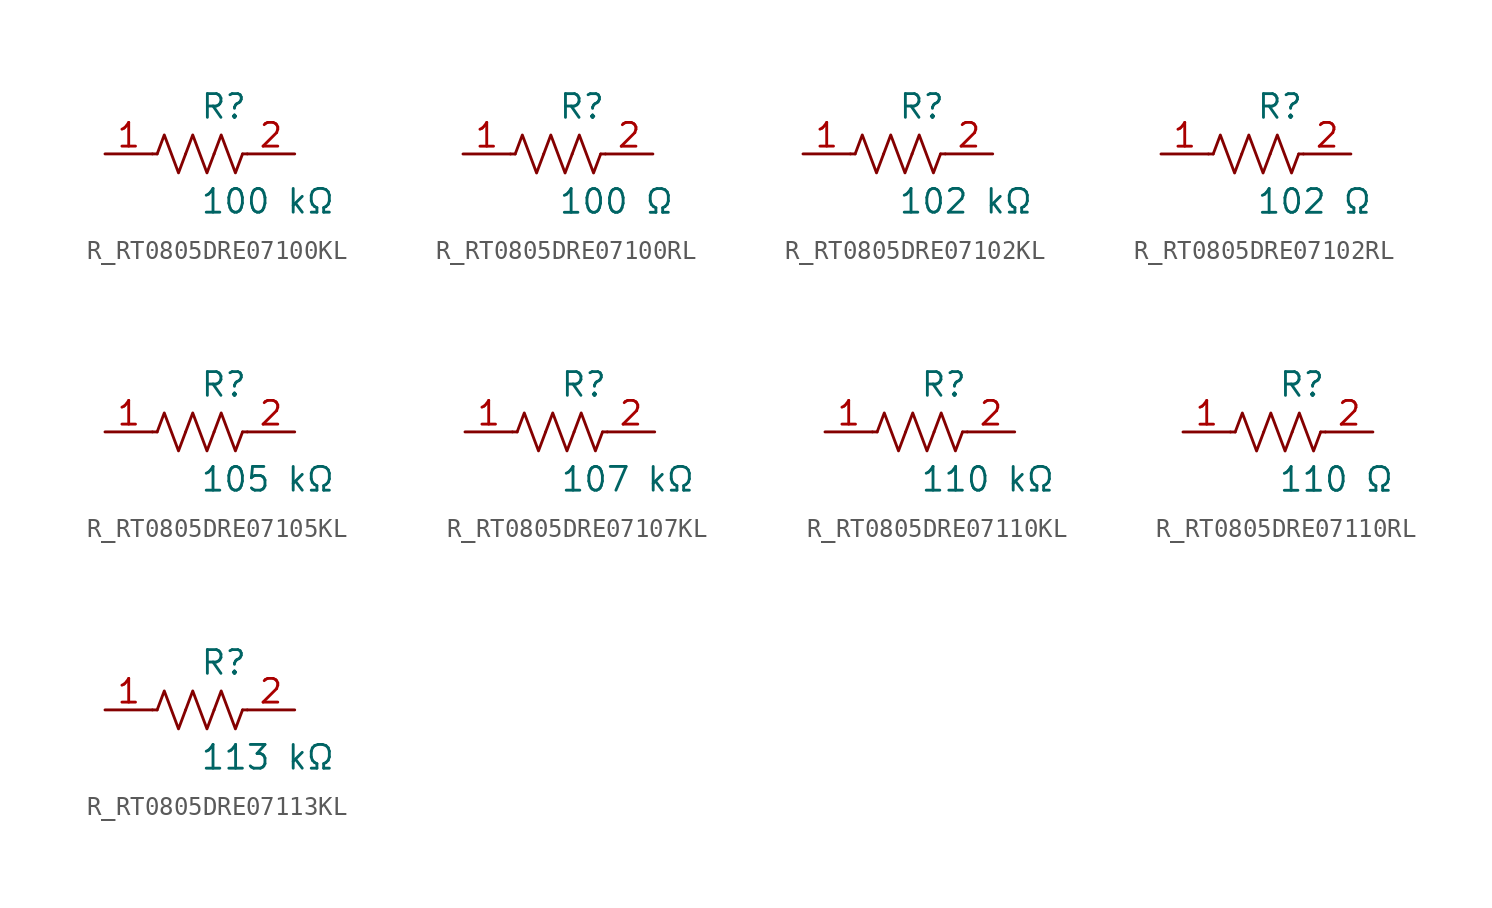
<source format=kicad_sym>
(kicad_symbol_lib
  (version 20231120)
  (generator kicad_symbol_editor)
  (generator_version 8.0)
  (symbol "R_RT0805DRE07100KL"
    (pin_names
      (offset 0.254))
    (property "Reference" "R"
      (at 0 2.54 0)
      (effects (font (size 1.27 1.27)) (justify left)))
    (property "Value" "100 kΩ"
      (at 0 -2.54 0)
      (effects (font (size 1.27 1.27)) (justify left)))
    (symbol "R_RT0805DRE07100KL_0_1"
      (polyline (pts (xy 2.286 0) (xy 2.54 0)) (stroke (width 0) (type default)) (fill (type none)))
      (polyline (pts (xy -2.286 0) (xy -2.54 0)) (stroke (width 0) (type default)) (fill (type none)))
      (polyline (pts (xy 0.762 0) (xy 1.143 1.016) (xy 1.524 0) (xy 1.905 -1.016) (xy 2.286 0)) (stroke (width 0) (type default)) (fill (type none)))
      (polyline (pts (xy -0.762 0) (xy -0.381 1.016) (xy 0 0) (xy 0.381 -1.016) (xy 0.762 0)) (stroke (width 0) (type default)) (fill (type none)))
      (polyline (pts (xy -2.286 0) (xy -1.905 1.016) (xy -1.524 0) (xy -1.143 -1.016) (xy -0.762 0)) (stroke (width 0) (type default)) (fill (type none))))
    (pin passive line
      (at -5.08 0 0)
      (length 2.54)
      (name "" (effects (font (size 1.27 1.27))))
      (number "1" (effects (font (size 1.27 1.27)))))
    (pin passive line
      (at 5.08 0 180)
      (length 2.54)
      (name "" (effects (font (size 1.27 1.27))))
      (number "2" (effects (font (size 1.27 1.27))))))
  (symbol "R_RT0805DRE07100RL"
    (pin_names
      (offset 0.254))
    (property "Reference" "R"
      (at 0 2.54 0)
      (effects (font (size 1.27 1.27)) (justify left)))
    (property "Value" "100 Ω"
      (at 0 -2.54 0)
      (effects (font (size 1.27 1.27)) (justify left)))
    (symbol "R_RT0805DRE07100RL_0_1"
      (polyline (pts (xy 2.286 0) (xy 2.54 0)) (stroke (width 0) (type default)) (fill (type none)))
      (polyline (pts (xy -2.286 0) (xy -2.54 0)) (stroke (width 0) (type default)) (fill (type none)))
      (polyline (pts (xy 0.762 0) (xy 1.143 1.016) (xy 1.524 0) (xy 1.905 -1.016) (xy 2.286 0)) (stroke (width 0) (type default)) (fill (type none)))
      (polyline (pts (xy -0.762 0) (xy -0.381 1.016) (xy 0 0) (xy 0.381 -1.016) (xy 0.762 0)) (stroke (width 0) (type default)) (fill (type none)))
      (polyline (pts (xy -2.286 0) (xy -1.905 1.016) (xy -1.524 0) (xy -1.143 -1.016) (xy -0.762 0)) (stroke (width 0) (type default)) (fill (type none))))
    (pin passive line
      (at -5.08 0 0)
      (length 2.54)
      (name "" (effects (font (size 1.27 1.27))))
      (number "1" (effects (font (size 1.27 1.27)))))
    (pin passive line
      (at 5.08 0 180)
      (length 2.54)
      (name "" (effects (font (size 1.27 1.27))))
      (number "2" (effects (font (size 1.27 1.27))))))
  (symbol "R_RT0805DRE07102KL"
    (pin_names
      (offset 0.254))
    (property "Reference" "R"
      (at 0 2.54 0)
      (effects (font (size 1.27 1.27)) (justify left)))
    (property "Value" "102 kΩ"
      (at 0 -2.54 0)
      (effects (font (size 1.27 1.27)) (justify left)))
    (symbol "R_RT0805DRE07102KL_0_1"
      (polyline (pts (xy 2.286 0) (xy 2.54 0)) (stroke (width 0) (type default)) (fill (type none)))
      (polyline (pts (xy -2.286 0) (xy -2.54 0)) (stroke (width 0) (type default)) (fill (type none)))
      (polyline (pts (xy 0.762 0) (xy 1.143 1.016) (xy 1.524 0) (xy 1.905 -1.016) (xy 2.286 0)) (stroke (width 0) (type default)) (fill (type none)))
      (polyline (pts (xy -0.762 0) (xy -0.381 1.016) (xy 0 0) (xy 0.381 -1.016) (xy 0.762 0)) (stroke (width 0) (type default)) (fill (type none)))
      (polyline (pts (xy -2.286 0) (xy -1.905 1.016) (xy -1.524 0) (xy -1.143 -1.016) (xy -0.762 0)) (stroke (width 0) (type default)) (fill (type none))))
    (pin passive line
      (at -5.08 0 0)
      (length 2.54)
      (name "" (effects (font (size 1.27 1.27))))
      (number "1" (effects (font (size 1.27 1.27)))))
    (pin passive line
      (at 5.08 0 180)
      (length 2.54)
      (name "" (effects (font (size 1.27 1.27))))
      (number "2" (effects (font (size 1.27 1.27))))))
  (symbol "R_RT0805DRE07102RL"
    (pin_names
      (offset 0.254))
    (property "Reference" "R"
      (at 0 2.54 0)
      (effects (font (size 1.27 1.27)) (justify left)))
    (property "Value" "102 Ω"
      (at 0 -2.54 0)
      (effects (font (size 1.27 1.27)) (justify left)))
    (symbol "R_RT0805DRE07102RL_0_1"
      (polyline (pts (xy 2.286 0) (xy 2.54 0)) (stroke (width 0) (type default)) (fill (type none)))
      (polyline (pts (xy -2.286 0) (xy -2.54 0)) (stroke (width 0) (type default)) (fill (type none)))
      (polyline (pts (xy 0.762 0) (xy 1.143 1.016) (xy 1.524 0) (xy 1.905 -1.016) (xy 2.286 0)) (stroke (width 0) (type default)) (fill (type none)))
      (polyline (pts (xy -0.762 0) (xy -0.381 1.016) (xy 0 0) (xy 0.381 -1.016) (xy 0.762 0)) (stroke (width 0) (type default)) (fill (type none)))
      (polyline (pts (xy -2.286 0) (xy -1.905 1.016) (xy -1.524 0) (xy -1.143 -1.016) (xy -0.762 0)) (stroke (width 0) (type default)) (fill (type none))))
    (pin passive line
      (at -5.08 0 0)
      (length 2.54)
      (name "" (effects (font (size 1.27 1.27))))
      (number "1" (effects (font (size 1.27 1.27)))))
    (pin passive line
      (at 5.08 0 180)
      (length 2.54)
      (name "" (effects (font (size 1.27 1.27))))
      (number "2" (effects (font (size 1.27 1.27))))))
  (symbol "R_RT0805DRE07105KL"
    (pin_names
      (offset 0.254))
    (property "Reference" "R"
      (at 0 2.54 0)
      (effects (font (size 1.27 1.27)) (justify left)))
    (property "Value" "105 kΩ"
      (at 0 -2.54 0)
      (effects (font (size 1.27 1.27)) (justify left)))
    (symbol "R_RT0805DRE07105KL_0_1"
      (polyline (pts (xy 2.286 0) (xy 2.54 0)) (stroke (width 0) (type default)) (fill (type none)))
      (polyline (pts (xy -2.286 0) (xy -2.54 0)) (stroke (width 0) (type default)) (fill (type none)))
      (polyline (pts (xy 0.762 0) (xy 1.143 1.016) (xy 1.524 0) (xy 1.905 -1.016) (xy 2.286 0)) (stroke (width 0) (type default)) (fill (type none)))
      (polyline (pts (xy -0.762 0) (xy -0.381 1.016) (xy 0 0) (xy 0.381 -1.016) (xy 0.762 0)) (stroke (width 0) (type default)) (fill (type none)))
      (polyline (pts (xy -2.286 0) (xy -1.905 1.016) (xy -1.524 0) (xy -1.143 -1.016) (xy -0.762 0)) (stroke (width 0) (type default)) (fill (type none))))
    (pin passive line
      (at -5.08 0 0)
      (length 2.54)
      (name "" (effects (font (size 1.27 1.27))))
      (number "1" (effects (font (size 1.27 1.27)))))
    (pin passive line
      (at 5.08 0 180)
      (length 2.54)
      (name "" (effects (font (size 1.27 1.27))))
      (number "2" (effects (font (size 1.27 1.27))))))
  (symbol "R_RT0805DRE07107KL"
    (pin_names
      (offset 0.254))
    (property "Reference" "R"
      (at 0 2.54 0)
      (effects (font (size 1.27 1.27)) (justify left)))
    (property "Value" "107 kΩ"
      (at 0 -2.54 0)
      (effects (font (size 1.27 1.27)) (justify left)))
    (symbol "R_RT0805DRE07107KL_0_1"
      (polyline (pts (xy 2.286 0) (xy 2.54 0)) (stroke (width 0) (type default)) (fill (type none)))
      (polyline (pts (xy -2.286 0) (xy -2.54 0)) (stroke (width 0) (type default)) (fill (type none)))
      (polyline (pts (xy 0.762 0) (xy 1.143 1.016) (xy 1.524 0) (xy 1.905 -1.016) (xy 2.286 0)) (stroke (width 0) (type default)) (fill (type none)))
      (polyline (pts (xy -0.762 0) (xy -0.381 1.016) (xy 0 0) (xy 0.381 -1.016) (xy 0.762 0)) (stroke (width 0) (type default)) (fill (type none)))
      (polyline (pts (xy -2.286 0) (xy -1.905 1.016) (xy -1.524 0) (xy -1.143 -1.016) (xy -0.762 0)) (stroke (width 0) (type default)) (fill (type none))))
    (pin passive line
      (at -5.08 0 0)
      (length 2.54)
      (name "" (effects (font (size 1.27 1.27))))
      (number "1" (effects (font (size 1.27 1.27)))))
    (pin passive line
      (at 5.08 0 180)
      (length 2.54)
      (name "" (effects (font (size 1.27 1.27))))
      (number "2" (effects (font (size 1.27 1.27))))))
  (symbol "R_RT0805DRE07110KL"
    (pin_names
      (offset 0.254))
    (property "Reference" "R"
      (at 0 2.54 0)
      (effects (font (size 1.27 1.27)) (justify left)))
    (property "Value" "110 kΩ"
      (at 0 -2.54 0)
      (effects (font (size 1.27 1.27)) (justify left)))
    (symbol "R_RT0805DRE07110KL_0_1"
      (polyline (pts (xy 2.286 0) (xy 2.54 0)) (stroke (width 0) (type default)) (fill (type none)))
      (polyline (pts (xy -2.286 0) (xy -2.54 0)) (stroke (width 0) (type default)) (fill (type none)))
      (polyline (pts (xy 0.762 0) (xy 1.143 1.016) (xy 1.524 0) (xy 1.905 -1.016) (xy 2.286 0)) (stroke (width 0) (type default)) (fill (type none)))
      (polyline (pts (xy -0.762 0) (xy -0.381 1.016) (xy 0 0) (xy 0.381 -1.016) (xy 0.762 0)) (stroke (width 0) (type default)) (fill (type none)))
      (polyline (pts (xy -2.286 0) (xy -1.905 1.016) (xy -1.524 0) (xy -1.143 -1.016) (xy -0.762 0)) (stroke (width 0) (type default)) (fill (type none))))
    (pin passive line
      (at -5.08 0 0)
      (length 2.54)
      (name "" (effects (font (size 1.27 1.27))))
      (number "1" (effects (font (size 1.27 1.27)))))
    (pin passive line
      (at 5.08 0 180)
      (length 2.54)
      (name "" (effects (font (size 1.27 1.27))))
      (number "2" (effects (font (size 1.27 1.27))))))
  (symbol "R_RT0805DRE07110RL"
    (pin_names
      (offset 0.254))
    (property "Reference" "R"
      (at 0 2.54 0)
      (effects (font (size 1.27 1.27)) (justify left)))
    (property "Value" "110 Ω"
      (at 0 -2.54 0)
      (effects (font (size 1.27 1.27)) (justify left)))
    (symbol "R_RT0805DRE07110RL_0_1"
      (polyline (pts (xy 2.286 0) (xy 2.54 0)) (stroke (width 0) (type default)) (fill (type none)))
      (polyline (pts (xy -2.286 0) (xy -2.54 0)) (stroke (width 0) (type default)) (fill (type none)))
      (polyline (pts (xy 0.762 0) (xy 1.143 1.016) (xy 1.524 0) (xy 1.905 -1.016) (xy 2.286 0)) (stroke (width 0) (type default)) (fill (type none)))
      (polyline (pts (xy -0.762 0) (xy -0.381 1.016) (xy 0 0) (xy 0.381 -1.016) (xy 0.762 0)) (stroke (width 0) (type default)) (fill (type none)))
      (polyline (pts (xy -2.286 0) (xy -1.905 1.016) (xy -1.524 0) (xy -1.143 -1.016) (xy -0.762 0)) (stroke (width 0) (type default)) (fill (type none))))
    (pin passive line
      (at -5.08 0 0)
      (length 2.54)
      (name "" (effects (font (size 1.27 1.27))))
      (number "1" (effects (font (size 1.27 1.27)))))
    (pin passive line
      (at 5.08 0 180)
      (length 2.54)
      (name "" (effects (font (size 1.27 1.27))))
      (number "2" (effects (font (size 1.27 1.27))))))
  (symbol "R_RT0805DRE07113KL"
    (pin_names
      (offset 0.254))
    (property "Reference" "R"
      (at 0 2.54 0)
      (effects (font (size 1.27 1.27)) (justify left)))
    (property "Value" "113 kΩ"
      (at 0 -2.54 0)
      (effects (font (size 1.27 1.27)) (justify left)))
    (symbol "R_RT0805DRE07113KL_0_1"
      (polyline (pts (xy 2.286 0) (xy 2.54 0)) (stroke (width 0) (type default)) (fill (type none)))
      (polyline (pts (xy -2.286 0) (xy -2.54 0)) (stroke (width 0) (type default)) (fill (type none)))
      (polyline (pts (xy 0.762 0) (xy 1.143 1.016) (xy 1.524 0) (xy 1.905 -1.016) (xy 2.286 0)) (stroke (width 0) (type default)) (fill (type none)))
      (polyline (pts (xy -0.762 0) (xy -0.381 1.016) (xy 0 0) (xy 0.381 -1.016) (xy 0.762 0)) (stroke (width 0) (type default)) (fill (type none)))
      (polyline (pts (xy -2.286 0) (xy -1.905 1.016) (xy -1.524 0) (xy -1.143 -1.016) (xy -0.762 0)) (stroke (width 0) (type default)) (fill (type none))))
    (pin passive line
      (at -5.08 0 0)
      (length 2.54)
      (name "" (effects (font (size 1.27 1.27))))
      (number "1" (effects (font (size 1.27 1.27)))))
    (pin passive line
      (at 5.08 0 180)
      (length 2.54)
      (name "" (effects (font (size 1.27 1.27))))
      (number "2" (effects (font (size 1.27 1.27)))))))
</source>
